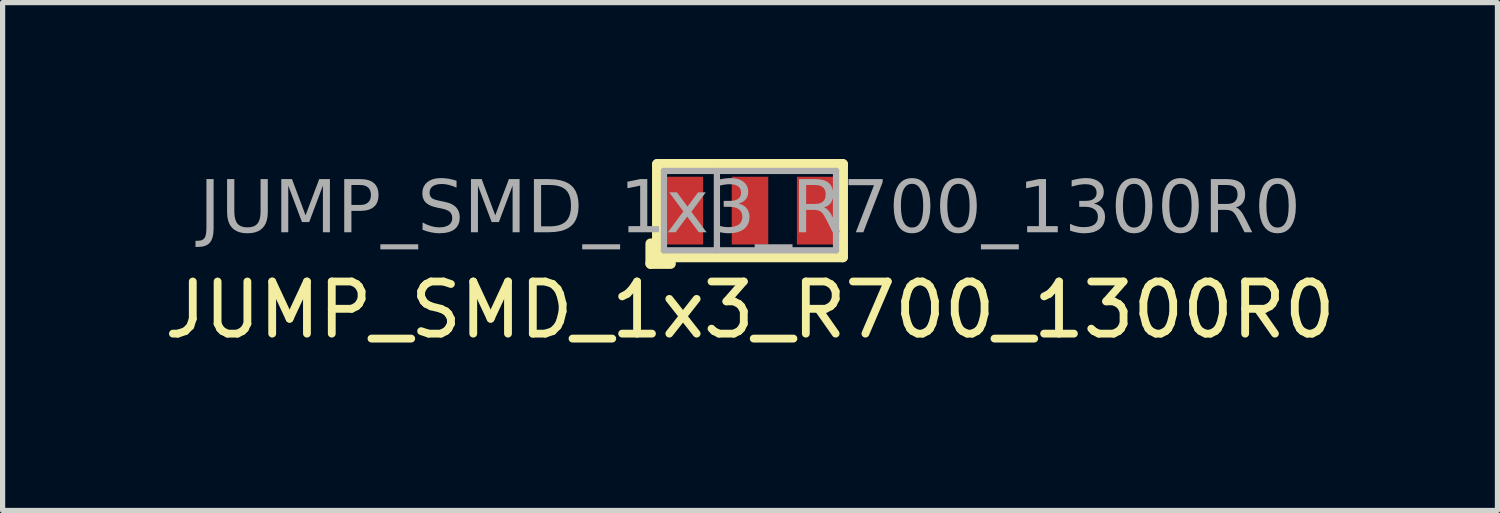
<source format=kicad_pcb>
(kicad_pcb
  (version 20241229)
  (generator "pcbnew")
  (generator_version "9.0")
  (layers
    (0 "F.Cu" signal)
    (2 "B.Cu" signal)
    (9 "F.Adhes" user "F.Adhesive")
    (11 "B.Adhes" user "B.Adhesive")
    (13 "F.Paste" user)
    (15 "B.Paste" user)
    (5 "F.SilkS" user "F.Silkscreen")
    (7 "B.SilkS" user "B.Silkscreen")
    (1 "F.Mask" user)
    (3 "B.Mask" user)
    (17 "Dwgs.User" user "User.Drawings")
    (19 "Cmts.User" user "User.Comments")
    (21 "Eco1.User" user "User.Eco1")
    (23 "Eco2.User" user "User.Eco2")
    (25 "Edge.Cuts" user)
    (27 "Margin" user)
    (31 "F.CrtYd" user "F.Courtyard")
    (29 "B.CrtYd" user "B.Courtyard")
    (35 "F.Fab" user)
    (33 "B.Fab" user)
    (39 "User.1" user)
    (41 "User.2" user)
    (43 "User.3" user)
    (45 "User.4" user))
  (footprint "JUMP_SMD_1x3_R700_1300R0"
    (layer "F.Cu")
    (at 11.339 0.991)
    (property "Reference" "JUMP_SMD_1x3_R700_1300R0" (at 0 1.905 0) (layer "F.SilkS") (effects (font (size 1 1) (thickness 0.15))))
    (attr smd exclude_from_pos_files exclude_from_bom allow_missing_courtyard)
    (fp_line (start -1.905 1.016) (end -1.905 0.635) (stroke (width 0.203) (type solid)) (layer "F.SilkS"))
    (fp_line (start -1.905 1.016) (end -1.524 1.016) (stroke (width 0.203) (type solid)) (layer "F.SilkS"))
    (fp_line (start -1.778 -0.889) (end -1.778 0.889) (stroke (width 0.203) (type solid)) (layer "F.SilkS"))
    (fp_line (start -1.778 -0.889) (end 1.778 -0.889) (stroke (width 0.203) (type solid)) (layer "F.SilkS"))
    (fp_line (start 1.778 -0.889) (end 1.778 0.889) (stroke (width 0.203) (type solid)) (layer "F.SilkS"))
    (fp_line (start 1.778 0.889) (end -1.778 0.889) (stroke (width 0.203) (type solid)) (layer "F.SilkS"))
    (fp_line (start -1.651 -0.762) (end -1.651 0.762) (stroke (width 0.12) (type solid)) (layer "F.Fab"))
    (fp_line (start -1.651 -0.762) (end 1.651 -0.762) (stroke (width 0.12) (type solid)) (layer "F.Fab"))
    (fp_line (start -1.651 0.762) (end 1.651 0.762) (stroke (width 0.12) (type solid)) (layer "F.Fab"))
    (fp_line (start -0.635 -0.762) (end -0.635 0.762) (stroke (width 0.12) (type solid)) (layer "F.Fab"))
    (fp_line (start 1.651 -0.762) (end 1.651 0.762) (stroke (width 0.12) (type solid)) (layer "F.Fab"))
    (fp_text user "${REFERENCE}" (at 0 0 0) (layer "F.Fab") (effects (font (face "Tahoma") (size 1 1) (thickness 0.15))))
    (pad "1" smd rect (at -1.25 0) (size 0.7 1.3) (layers "F.Cu" "F.Mask" "F.Paste"))
    (pad "2" smd rect (at 0 0) (size 0.7 1.3) (layers "F.Cu" "F.Mask" "F.Paste"))
    (pad "3" smd rect (at 1.25 0) (size 0.7 1.3) (layers "F.Cu" "F.Mask" "F.Paste")))
  (gr_rect
    (start -3 -3)
    (end 25.679 6.744)
    (stroke (width 0.1) (type default))
    (fill no)
    (layer "Edge.Cuts")))
</source>
